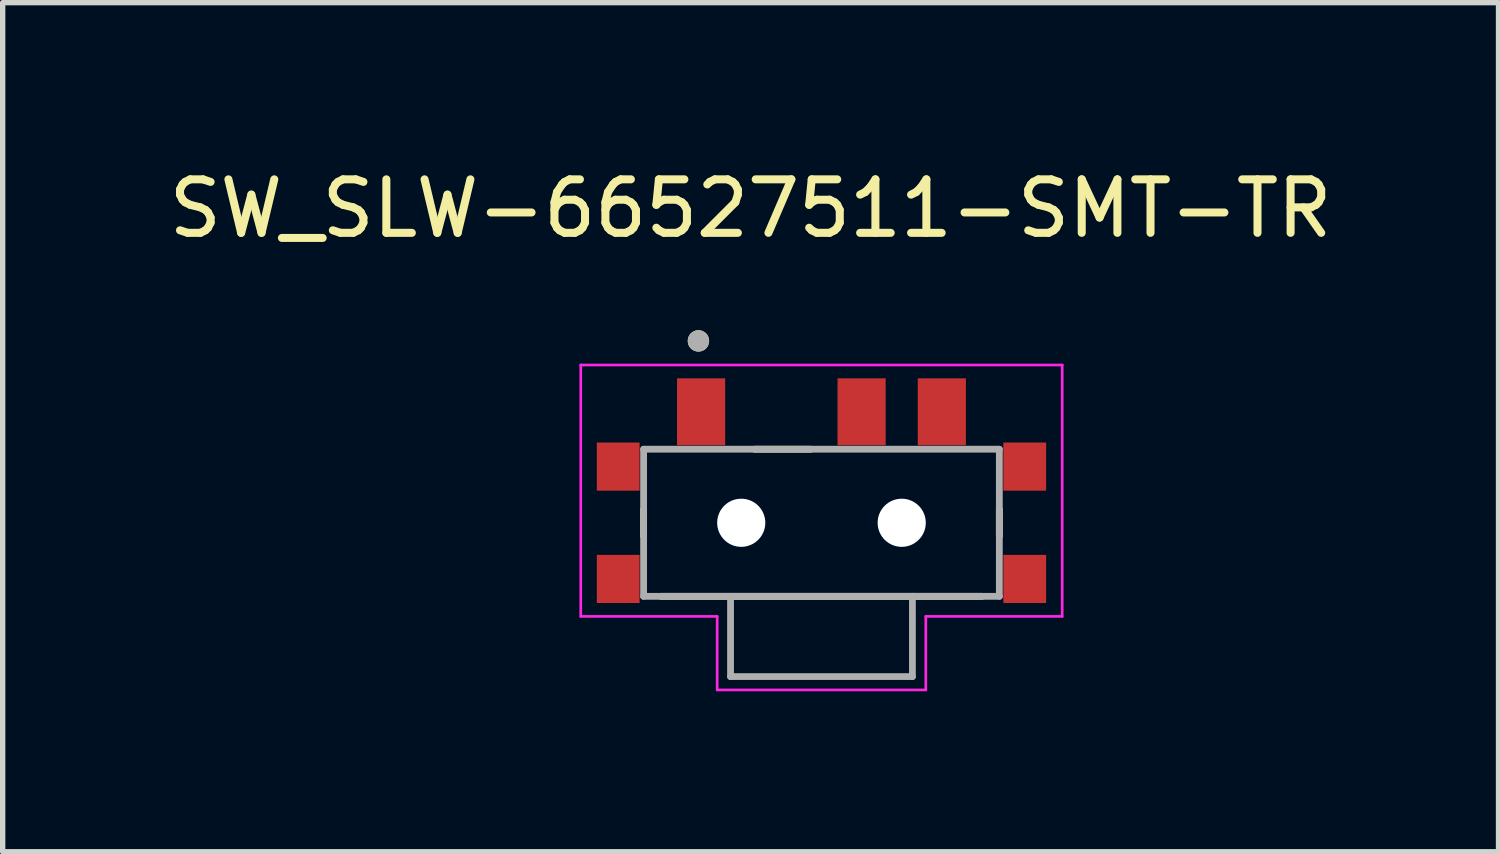
<source format=kicad_pcb>
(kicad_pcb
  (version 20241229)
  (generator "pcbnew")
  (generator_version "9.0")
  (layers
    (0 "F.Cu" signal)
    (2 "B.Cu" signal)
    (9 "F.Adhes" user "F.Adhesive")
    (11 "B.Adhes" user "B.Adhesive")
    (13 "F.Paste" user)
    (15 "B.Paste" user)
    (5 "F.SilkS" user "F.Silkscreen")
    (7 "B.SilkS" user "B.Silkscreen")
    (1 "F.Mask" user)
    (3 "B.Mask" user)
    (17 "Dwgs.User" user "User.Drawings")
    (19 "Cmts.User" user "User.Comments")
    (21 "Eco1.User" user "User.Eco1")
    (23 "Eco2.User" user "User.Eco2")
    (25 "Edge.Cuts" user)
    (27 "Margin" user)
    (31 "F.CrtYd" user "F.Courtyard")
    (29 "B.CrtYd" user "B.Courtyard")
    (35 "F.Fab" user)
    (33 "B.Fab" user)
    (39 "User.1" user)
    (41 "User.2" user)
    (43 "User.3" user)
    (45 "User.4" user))
  (footprint "SW_SLW-66527511-SMT-TR"
    (layer "F.Cu")
    (at 12.307 6.723)
    (property "Reference" "SW_SLW-66527511-SMT-TR" (at -1.325 -5.875 0) (layer "F.SilkS") (effects (font (size 1 1) (thickness 0.15))))
    (attr smd)
    (fp_line (start -3.325 -0.25) (end -3.325 0.25) (stroke (width 0.127) (type solid)) (layer "F.SilkS"))
    (fp_line (start -3 1.375) (end 3 1.375) (stroke (width 0.127) (type solid)) (layer "F.SilkS"))
    (fp_line (start -1.25 -1.375) (end -0.2 -1.375) (stroke (width 0.127) (type solid)) (layer "F.SilkS"))
    (fp_line (start 3.325 -0.25) (end 3.325 0.25) (stroke (width 0.127) (type solid)) (layer "F.SilkS"))
    (fp_circle (center -2.3 -3.4) (end -2.2 -3.4) (stroke (width 0.2) (type solid)) (fill no) (layer "F.SilkS"))
    (fp_line (start -4.5 -2.95) (end -4.5 1.75) (stroke (width 0.05) (type solid)) (layer "F.CrtYd"))
    (fp_line (start -4.5 1.75) (end -1.95 1.75) (stroke (width 0.05) (type solid)) (layer "F.CrtYd"))
    (fp_line (start -1.95 1.75) (end -1.95 3.125) (stroke (width 0.05) (type solid)) (layer "F.CrtYd"))
    (fp_line (start -1.95 3.125) (end 1.95 3.125) (stroke (width 0.05) (type solid)) (layer "F.CrtYd"))
    (fp_line (start 1.95 1.75) (end 1.95 3.125) (stroke (width 0.05) (type solid)) (layer "F.CrtYd"))
    (fp_line (start 4.5 -2.95) (end -4.5 -2.95) (stroke (width 0.05) (type solid)) (layer "F.CrtYd"))
    (fp_line (start 4.5 1.75) (end 1.95 1.75) (stroke (width 0.05) (type solid)) (layer "F.CrtYd"))
    (fp_line (start 4.5 1.75) (end 4.5 -2.95) (stroke (width 0.05) (type solid)) (layer "F.CrtYd"))
    (fp_line (start -3.325 -1.375) (end -3.325 1.375) (stroke (width 0.127) (type solid)) (layer "F.Fab"))
    (fp_line (start -3.325 1.375) (end -1.7 1.375) (stroke (width 0.127) (type solid)) (layer "F.Fab"))
    (fp_line (start -1.7 1.375) (end -1.7 2.875) (stroke (width 0.127) (type solid)) (layer "F.Fab"))
    (fp_line (start -1.7 1.375) (end 1.7 1.375) (stroke (width 0.127) (type solid)) (layer "F.Fab"))
    (fp_line (start -1.7 2.875) (end 1.7 2.875) (stroke (width 0.127) (type solid)) (layer "F.Fab"))
    (fp_line (start 1.7 1.375) (end 3.325 1.375) (stroke (width 0.127) (type solid)) (layer "F.Fab"))
    (fp_line (start 1.7 2.875) (end 1.7 1.375) (stroke (width 0.127) (type solid)) (layer "F.Fab"))
    (fp_line (start 3.325 -1.375) (end -3.325 -1.375) (stroke (width 0.127) (type solid)) (layer "F.Fab"))
    (fp_line (start 3.325 1.375) (end 3.325 -1.375) (stroke (width 0.127) (type solid)) (layer "F.Fab"))
    (fp_circle (center -2.3 -3.4) (end -2.2 -3.4) (stroke (width 0.2) (type solid)) (fill no) (layer "F.Fab"))
    (pad "" np_thru_hole circle (at -1.5 0) (size 0.9 0.9) (drill 0.9) (layers "*.Cu" "*.Mask"))
    (pad "" np_thru_hole circle (at 1.5 0) (size 0.9 0.9) (drill 0.9) (layers "*.Cu" "*.Mask"))
    (pad "1" smd rect (at -2.25 -2.075) (size 0.9 1.25) (layers "F.Cu" "F.Mask" "F.Paste"))
    (pad "2" smd rect (at 0.75 -2.075) (size 0.9 1.25) (layers "F.Cu" "F.Mask" "F.Paste"))
    (pad "3" smd rect (at 2.25 -2.075) (size 0.9 1.25) (layers "F.Cu" "F.Mask" "F.Paste"))
    (pad "SH1" smd rect (at -3.8 -1.05) (size 0.8 0.9) (layers "F.Cu" "F.Mask" "F.Paste"))
    (pad "SH2" smd rect (at 3.8 -1.05) (size 0.8 0.9) (layers "F.Cu" "F.Mask" "F.Paste"))
    (pad "SH3" smd rect (at -3.8 1.05) (size 0.8 0.9) (layers "F.Cu" "F.Mask" "F.Paste"))
    (pad "SH4" smd rect (at 3.8 1.05) (size 0.8 0.9) (layers "F.Cu" "F.Mask" "F.Paste")))
  (gr_rect
    (start -3 -3)
    (end 24.964 12.873)
    (stroke (width 0.1) (type default))
    (fill no)
    (layer "Edge.Cuts")))
</source>
